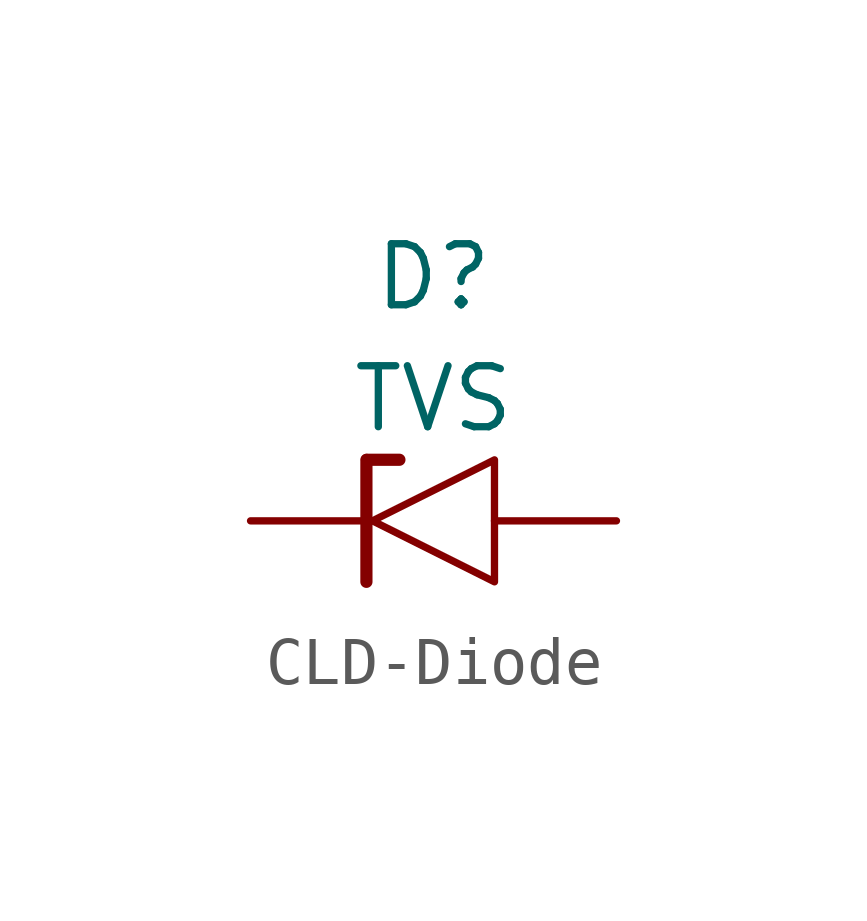
<source format=kicad_sym>
(kicad_symbol_lib
  (version 20220914)
  (generator kicad_symbol_editor)
  (symbol "CLD-Diode"
    (pin_numbers hide)
    (pin_names hide)
    (property "Reference" "D"
      (at 0 5.08 0)
      (effects (font (size 1.27 1.27))))
    (property "Value" "TVS"
      (at 0 2.54 0)
      (effects (font (size 1.27 1.27))))
    (symbol "CLD-Diode_0_1"
      (polyline (pts (xy -1.397 -1.27) (xy -1.397 1.27)) (stroke (width 0.254) (type default)) (fill (type none)))
      (polyline (pts (xy -1.27 0) (xy 1.27 1.27) (xy 1.27 -1.27) (xy -1.27 0)) (stroke (width 0) (type default)) (fill (type none))))
    (symbol "CLD-Diode_1_1"
      (polyline (pts (xy -1.386 1.272) (xy -0.71 1.272)) (stroke (width 0.254) (type default)) (fill (type none)))
      (pin passive line (at -3.81 0 0) (length 2.54) (name "K" (effects (font (size 1.27 1.27)))) (number "1" (effects (font (size 1.27 1.27)))))
      (pin passive line (at 3.81 0 180) (length 2.54) (name "A" (effects (font (size 1.27 1.27)))) (number "2" (effects (font (size 1.27 1.27))))))))
</source>
